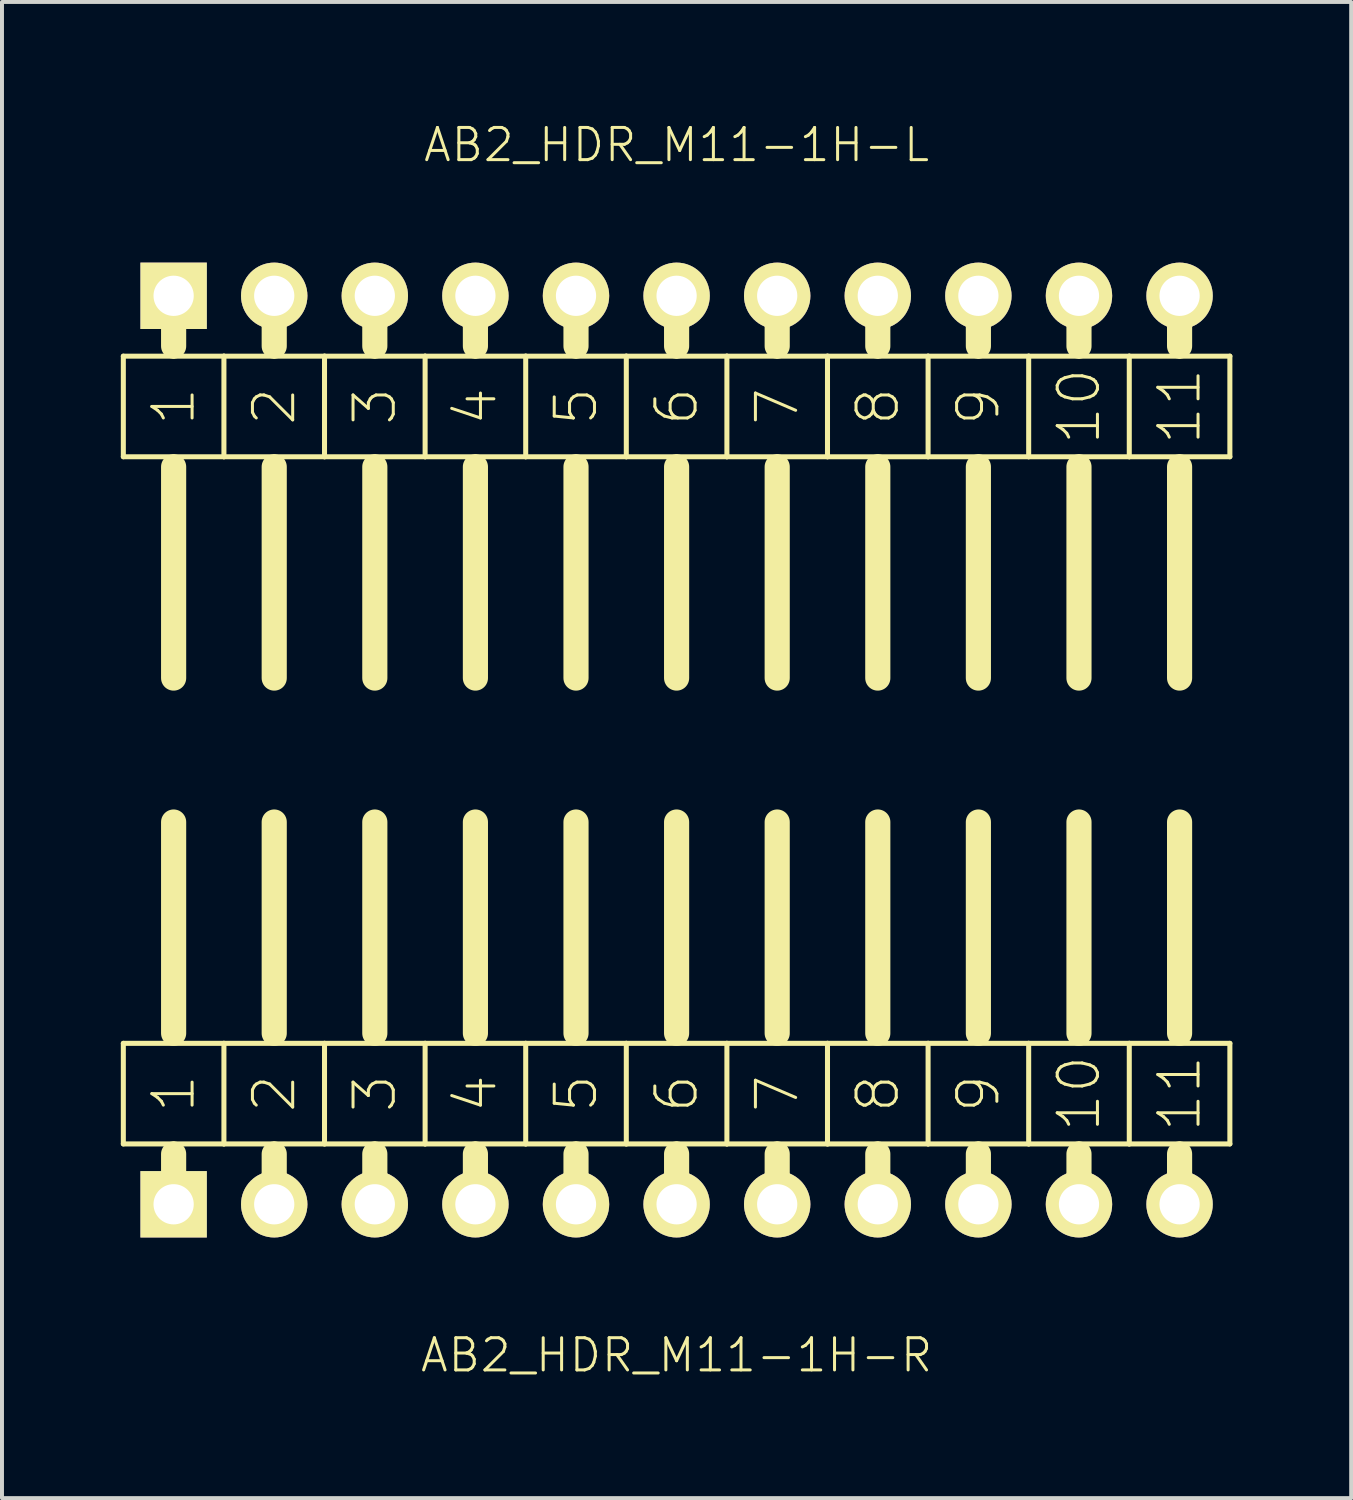
<source format=kicad_pcb>
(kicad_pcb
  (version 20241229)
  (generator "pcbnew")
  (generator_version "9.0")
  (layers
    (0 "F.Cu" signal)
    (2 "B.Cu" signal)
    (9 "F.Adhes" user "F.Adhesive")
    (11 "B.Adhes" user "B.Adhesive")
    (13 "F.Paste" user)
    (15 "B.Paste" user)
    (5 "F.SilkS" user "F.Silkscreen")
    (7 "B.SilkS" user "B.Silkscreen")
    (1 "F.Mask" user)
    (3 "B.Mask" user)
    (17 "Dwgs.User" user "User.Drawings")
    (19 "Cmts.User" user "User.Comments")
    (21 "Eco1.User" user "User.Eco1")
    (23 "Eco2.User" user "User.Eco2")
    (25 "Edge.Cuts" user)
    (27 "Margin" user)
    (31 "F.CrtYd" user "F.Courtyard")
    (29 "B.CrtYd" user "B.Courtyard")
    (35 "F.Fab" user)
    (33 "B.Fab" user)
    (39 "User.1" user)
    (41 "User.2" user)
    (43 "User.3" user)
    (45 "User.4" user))
  (footprint "AB2_HDR_M11-1H-R"
    (layer "F.Cu")
    (at 14.034 27.358)
    (property "Reference" "AB2_HDR_M11-1H-R" (at 0 3.81 0) (layer "F.SilkS") (effects (font (size 0.813 0.813) (thickness 0.076))))
    (attr through_hole)
    (fp_line (start -13.97 -4.064) (end -13.97 -1.524) (stroke (width 0.127) (type solid)) (layer "F.SilkS"))
    (fp_line (start -13.97 -1.524) (end -12.7 -1.524) (stroke (width 0.127) (type solid)) (layer "F.SilkS"))
    (fp_line (start -12.7 -4.318) (end -12.7 -9.652) (stroke (width 0.635) (type solid)) (layer "F.SilkS"))
    (fp_line (start -12.7 -1.524) (end -11.43 -1.524) (stroke (width 0.127) (type solid)) (layer "F.SilkS"))
    (fp_line (start -12.7 -1.27) (end -12.7 0) (stroke (width 0.635) (type solid)) (layer "F.SilkS"))
    (fp_line (start -11.43 -4.064) (end -13.97 -4.064) (stroke (width 0.127) (type solid)) (layer "F.SilkS"))
    (fp_line (start -11.43 -1.524) (end -11.43 -4.064) (stroke (width 0.127) (type solid)) (layer "F.SilkS"))
    (fp_line (start -11.43 -1.524) (end -10.16 -1.524) (stroke (width 0.127) (type solid)) (layer "F.SilkS"))
    (fp_line (start -10.16 -4.318) (end -10.16 -9.652) (stroke (width 0.635) (type solid)) (layer "F.SilkS"))
    (fp_line (start -10.16 -1.524) (end -8.89 -1.524) (stroke (width 0.127) (type solid)) (layer "F.SilkS"))
    (fp_line (start -10.16 -1.27) (end -10.16 0) (stroke (width 0.635) (type solid)) (layer "F.SilkS"))
    (fp_line (start -8.89 -4.064) (end -11.43 -4.064) (stroke (width 0.127) (type solid)) (layer "F.SilkS"))
    (fp_line (start -8.89 -1.524) (end -8.89 -4.064) (stroke (width 0.127) (type solid)) (layer "F.SilkS"))
    (fp_line (start -8.89 -1.524) (end -7.62 -1.524) (stroke (width 0.127) (type solid)) (layer "F.SilkS"))
    (fp_line (start -7.62 -4.318) (end -7.62 -9.652) (stroke (width 0.635) (type solid)) (layer "F.SilkS"))
    (fp_line (start -7.62 -1.524) (end -6.35 -1.524) (stroke (width 0.127) (type solid)) (layer "F.SilkS"))
    (fp_line (start -7.62 -1.27) (end -7.62 0) (stroke (width 0.635) (type solid)) (layer "F.SilkS"))
    (fp_line (start -6.35 -4.064) (end -8.89 -4.064) (stroke (width 0.127) (type solid)) (layer "F.SilkS"))
    (fp_line (start -6.35 -1.524) (end -6.35 -4.064) (stroke (width 0.127) (type solid)) (layer "F.SilkS"))
    (fp_line (start -6.35 -1.524) (end -5.08 -1.524) (stroke (width 0.127) (type solid)) (layer "F.SilkS"))
    (fp_line (start -5.08 -4.318) (end -5.08 -9.652) (stroke (width 0.635) (type solid)) (layer "F.SilkS"))
    (fp_line (start -5.08 -1.524) (end -3.81 -1.524) (stroke (width 0.127) (type solid)) (layer "F.SilkS"))
    (fp_line (start -5.08 -1.27) (end -5.08 0) (stroke (width 0.635) (type solid)) (layer "F.SilkS"))
    (fp_line (start -3.81 -4.064) (end -6.35 -4.064) (stroke (width 0.127) (type solid)) (layer "F.SilkS"))
    (fp_line (start -3.81 -1.524) (end -3.81 -4.064) (stroke (width 0.127) (type solid)) (layer "F.SilkS"))
    (fp_line (start -3.81 -1.524) (end -2.54 -1.524) (stroke (width 0.127) (type solid)) (layer "F.SilkS"))
    (fp_line (start -2.54 -4.318) (end -2.54 -9.652) (stroke (width 0.635) (type solid)) (layer "F.SilkS"))
    (fp_line (start -2.54 -1.524) (end -1.27 -1.524) (stroke (width 0.127) (type solid)) (layer "F.SilkS"))
    (fp_line (start -2.54 -1.27) (end -2.54 0) (stroke (width 0.635) (type solid)) (layer "F.SilkS"))
    (fp_line (start -1.27 -4.064) (end -3.81 -4.064) (stroke (width 0.127) (type solid)) (layer "F.SilkS"))
    (fp_line (start -1.27 -1.524) (end -1.27 -4.064) (stroke (width 0.127) (type solid)) (layer "F.SilkS"))
    (fp_line (start -1.27 -1.524) (end 0 -1.524) (stroke (width 0.127) (type solid)) (layer "F.SilkS"))
    (fp_line (start 0 -4.318) (end 0 -9.652) (stroke (width 0.635) (type solid)) (layer "F.SilkS"))
    (fp_line (start 0 -1.524) (end 1.27 -1.524) (stroke (width 0.127) (type solid)) (layer "F.SilkS"))
    (fp_line (start 0 -1.27) (end 0 0) (stroke (width 0.635) (type solid)) (layer "F.SilkS"))
    (fp_line (start 1.27 -4.064) (end -1.27 -4.064) (stroke (width 0.127) (type solid)) (layer "F.SilkS"))
    (fp_line (start 1.27 -1.524) (end 1.27 -4.064) (stroke (width 0.127) (type solid)) (layer "F.SilkS"))
    (fp_line (start 1.27 -1.524) (end 2.54 -1.524) (stroke (width 0.127) (type solid)) (layer "F.SilkS"))
    (fp_line (start 2.54 -4.318) (end 2.54 -9.652) (stroke (width 0.635) (type solid)) (layer "F.SilkS"))
    (fp_line (start 2.54 -1.524) (end 3.81 -1.524) (stroke (width 0.127) (type solid)) (layer "F.SilkS"))
    (fp_line (start 2.54 -1.27) (end 2.54 0) (stroke (width 0.635) (type solid)) (layer "F.SilkS"))
    (fp_line (start 3.81 -4.064) (end 1.27 -4.064) (stroke (width 0.127) (type solid)) (layer "F.SilkS"))
    (fp_line (start 3.81 -1.524) (end 3.81 -4.064) (stroke (width 0.127) (type solid)) (layer "F.SilkS"))
    (fp_line (start 3.81 -1.524) (end 5.08 -1.524) (stroke (width 0.127) (type solid)) (layer "F.SilkS"))
    (fp_line (start 5.08 -4.318) (end 5.08 -9.652) (stroke (width 0.635) (type solid)) (layer "F.SilkS"))
    (fp_line (start 5.08 -1.524) (end 6.35 -1.524) (stroke (width 0.127) (type solid)) (layer "F.SilkS"))
    (fp_line (start 5.08 -1.27) (end 5.08 0) (stroke (width 0.635) (type solid)) (layer "F.SilkS"))
    (fp_line (start 6.35 -4.064) (end 3.81 -4.064) (stroke (width 0.127) (type solid)) (layer "F.SilkS"))
    (fp_line (start 6.35 -1.524) (end 6.35 -4.064) (stroke (width 0.127) (type solid)) (layer "F.SilkS"))
    (fp_line (start 6.35 -1.524) (end 7.62 -1.524) (stroke (width 0.127) (type solid)) (layer "F.SilkS"))
    (fp_line (start 7.62 -4.318) (end 7.62 -9.652) (stroke (width 0.635) (type solid)) (layer "F.SilkS"))
    (fp_line (start 7.62 -1.524) (end 8.89 -1.524) (stroke (width 0.127) (type solid)) (layer "F.SilkS"))
    (fp_line (start 7.62 -1.27) (end 7.62 0) (stroke (width 0.635) (type solid)) (layer "F.SilkS"))
    (fp_line (start 8.89 -4.064) (end 6.35 -4.064) (stroke (width 0.127) (type solid)) (layer "F.SilkS"))
    (fp_line (start 8.89 -1.524) (end 8.89 -4.064) (stroke (width 0.127) (type solid)) (layer "F.SilkS"))
    (fp_line (start 8.89 -1.524) (end 10.16 -1.524) (stroke (width 0.127) (type solid)) (layer "F.SilkS"))
    (fp_line (start 10.16 -4.318) (end 10.16 -9.652) (stroke (width 0.635) (type solid)) (layer "F.SilkS"))
    (fp_line (start 10.16 -1.524) (end 11.43 -1.524) (stroke (width 0.127) (type solid)) (layer "F.SilkS"))
    (fp_line (start 10.16 -1.27) (end 10.16 0) (stroke (width 0.635) (type solid)) (layer "F.SilkS"))
    (fp_line (start 11.43 -4.064) (end 8.89 -4.064) (stroke (width 0.127) (type solid)) (layer "F.SilkS"))
    (fp_line (start 11.43 -1.524) (end 11.43 -4.064) (stroke (width 0.127) (type solid)) (layer "F.SilkS"))
    (fp_line (start 11.43 -1.524) (end 12.7 -1.524) (stroke (width 0.127) (type solid)) (layer "F.SilkS"))
    (fp_line (start 12.7 -4.318) (end 12.7 -9.652) (stroke (width 0.635) (type solid)) (layer "F.SilkS"))
    (fp_line (start 12.7 -1.524) (end 13.97 -1.524) (stroke (width 0.127) (type solid)) (layer "F.SilkS"))
    (fp_line (start 12.7 -1.27) (end 12.7 0) (stroke (width 0.635) (type solid)) (layer "F.SilkS"))
    (fp_line (start 13.97 -4.064) (end 11.43 -4.064) (stroke (width 0.127) (type solid)) (layer "F.SilkS"))
    (fp_line (start 13.97 -1.524) (end 13.97 -4.064) (stroke (width 0.127) (type solid)) (layer "F.SilkS"))
    (fp_text user "2" (at -10.16 -2.794 90) (layer "F.SilkS") (effects (font (size 1.016 1.016) (thickness 0.076))))
    (fp_text user "4" (at -5.08 -2.794 90) (layer "F.SilkS") (effects (font (size 1.016 1.016) (thickness 0.076))))
    (fp_text user "7" (at 2.54 -2.794 90) (layer "F.SilkS") (effects (font (size 1.016 1.016) (thickness 0.076))))
    (fp_text user "11" (at 12.7 -2.794 90) (layer "F.SilkS") (effects (font (size 1.016 1.016) (thickness 0.076))))
    (fp_text user "6" (at 0 -2.794 90) (layer "F.SilkS") (effects (font (size 1.016 1.016) (thickness 0.076))))
    (fp_text user "8" (at 5.08 -2.794 90) (layer "F.SilkS") (effects (font (size 1.016 1.016) (thickness 0.076))))
    (fp_text user "10" (at 10.16 -2.794 90) (layer "F.SilkS") (effects (font (size 1.016 1.016) (thickness 0.076))))
    (fp_text user "5" (at -2.54 -2.794 90) (layer "F.SilkS") (effects (font (size 1.016 1.016) (thickness 0.076))))
    (fp_text user "1" (at -12.7 -2.794 270) (layer "F.SilkS") (effects (font (size 1.016 1.016) (thickness 0.076))))
    (fp_text user "3" (at -7.62 -2.794 90) (layer "F.SilkS") (effects (font (size 1.016 1.016) (thickness 0.076))))
    (fp_text user "9" (at 7.62 -2.794 90) (layer "F.SilkS") (effects (font (size 1.016 1.016) (thickness 0.076))))
    (pad "1" thru_hole rect (at -12.7 0) (size 1.676 1.676) (drill 1.016) (layers "*.Cu" "*.Mask" "F.SilkS"))
    (pad "2" thru_hole circle (at -10.16 0) (size 1.676 1.676) (drill 1.016) (layers "*.Cu" "*.Mask" "F.SilkS"))
    (pad "3" thru_hole circle (at -7.62 0) (size 1.676 1.676) (drill 1.016) (layers "*.Cu" "*.Mask" "F.SilkS"))
    (pad "4" thru_hole circle (at -5.08 0) (size 1.676 1.676) (drill 1.016) (layers "*.Cu" "*.Mask" "F.SilkS"))
    (pad "5" thru_hole circle (at -2.54 0) (size 1.676 1.676) (drill 1.016) (layers "*.Cu" "*.Mask" "F.SilkS"))
    (pad "6" thru_hole circle (at 0 0) (size 1.676 1.676) (drill 1.016) (layers "*.Cu" "*.Mask" "F.SilkS"))
    (pad "7" thru_hole circle (at 2.54 0) (size 1.676 1.676) (drill 1.016) (layers "*.Cu" "*.Mask" "F.SilkS"))
    (pad "8" thru_hole circle (at 5.08 0) (size 1.676 1.676) (drill 1.016) (layers "*.Cu" "*.Mask" "F.SilkS"))
    (pad "9" thru_hole circle (at 7.62 0) (size 1.676 1.676) (drill 1.016) (layers "*.Cu" "*.Mask" "F.SilkS"))
    (pad "10" thru_hole circle (at 10.16 0) (size 1.676 1.676) (drill 1.016) (layers "*.Cu" "*.Mask" "F.SilkS"))
    (pad "11" thru_hole circle (at 12.7 0) (size 1.676 1.676) (drill 1.016) (layers "*.Cu" "*.Mask" "F.SilkS")))
  (footprint "AB2_HDR_M11-1H-L"
    (layer "F.Cu")
    (at 14.034 4.419)
    (property "Reference" "AB2_HDR_M11-1H-L" (at 0 -3.81 0) (layer "F.SilkS") (effects (font (size 0.813 0.813) (thickness 0.076))))
    (attr through_hole)
    (fp_line (start -13.97 1.524) (end -13.97 4.064) (stroke (width 0.127) (type solid)) (layer "F.SilkS"))
    (fp_line (start -13.97 4.064) (end -12.7 4.064) (stroke (width 0.127) (type solid)) (layer "F.SilkS"))
    (fp_line (start -12.7 0) (end -12.7 1.27) (stroke (width 0.635) (type solid)) (layer "F.SilkS"))
    (fp_line (start -12.7 1.524) (end -13.97 1.524) (stroke (width 0.127) (type solid)) (layer "F.SilkS"))
    (fp_line (start -12.7 4.064) (end -11.43 4.064) (stroke (width 0.127) (type solid)) (layer "F.SilkS"))
    (fp_line (start -12.7 4.318) (end -12.7 9.652) (stroke (width 0.635) (type solid)) (layer "F.SilkS"))
    (fp_line (start -11.43 1.524) (end -12.7 1.524) (stroke (width 0.127) (type solid)) (layer "F.SilkS"))
    (fp_line (start -11.43 4.064) (end -11.43 1.524) (stroke (width 0.127) (type solid)) (layer "F.SilkS"))
    (fp_line (start -11.43 4.064) (end -10.16 4.064) (stroke (width 0.127) (type solid)) (layer "F.SilkS"))
    (fp_line (start -10.16 0) (end -10.16 1.27) (stroke (width 0.635) (type solid)) (layer "F.SilkS"))
    (fp_line (start -10.16 1.524) (end -11.43 1.524) (stroke (width 0.127) (type solid)) (layer "F.SilkS"))
    (fp_line (start -10.16 4.064) (end -8.89 4.064) (stroke (width 0.127) (type solid)) (layer "F.SilkS"))
    (fp_line (start -10.16 4.318) (end -10.16 9.652) (stroke (width 0.635) (type solid)) (layer "F.SilkS"))
    (fp_line (start -8.89 1.524) (end -10.16 1.524) (stroke (width 0.127) (type solid)) (layer "F.SilkS"))
    (fp_line (start -8.89 4.064) (end -8.89 1.524) (stroke (width 0.127) (type solid)) (layer "F.SilkS"))
    (fp_line (start -8.89 4.064) (end -7.62 4.064) (stroke (width 0.127) (type solid)) (layer "F.SilkS"))
    (fp_line (start -7.62 0) (end -7.62 1.27) (stroke (width 0.635) (type solid)) (layer "F.SilkS"))
    (fp_line (start -7.62 1.524) (end -8.89 1.524) (stroke (width 0.127) (type solid)) (layer "F.SilkS"))
    (fp_line (start -7.62 4.064) (end -6.35 4.064) (stroke (width 0.127) (type solid)) (layer "F.SilkS"))
    (fp_line (start -7.62 4.318) (end -7.62 9.652) (stroke (width 0.635) (type solid)) (layer "F.SilkS"))
    (fp_line (start -6.35 1.524) (end -7.62 1.524) (stroke (width 0.127) (type solid)) (layer "F.SilkS"))
    (fp_line (start -6.35 4.064) (end -6.35 1.524) (stroke (width 0.127) (type solid)) (layer "F.SilkS"))
    (fp_line (start -6.35 4.064) (end -5.08 4.064) (stroke (width 0.127) (type solid)) (layer "F.SilkS"))
    (fp_line (start -5.08 0) (end -5.08 1.27) (stroke (width 0.635) (type solid)) (layer "F.SilkS"))
    (fp_line (start -5.08 1.524) (end -6.35 1.524) (stroke (width 0.127) (type solid)) (layer "F.SilkS"))
    (fp_line (start -5.08 4.064) (end -3.81 4.064) (stroke (width 0.127) (type solid)) (layer "F.SilkS"))
    (fp_line (start -5.08 4.318) (end -5.08 9.652) (stroke (width 0.635) (type solid)) (layer "F.SilkS"))
    (fp_line (start -3.81 1.524) (end -5.08 1.524) (stroke (width 0.127) (type solid)) (layer "F.SilkS"))
    (fp_line (start -3.81 4.064) (end -3.81 1.524) (stroke (width 0.127) (type solid)) (layer "F.SilkS"))
    (fp_line (start -3.81 4.064) (end -2.54 4.064) (stroke (width 0.127) (type solid)) (layer "F.SilkS"))
    (fp_line (start -2.54 0) (end -2.54 1.27) (stroke (width 0.635) (type solid)) (layer "F.SilkS"))
    (fp_line (start -2.54 1.524) (end -3.81 1.524) (stroke (width 0.127) (type solid)) (layer "F.SilkS"))
    (fp_line (start -2.54 4.064) (end -1.27 4.064) (stroke (width 0.127) (type solid)) (layer "F.SilkS"))
    (fp_line (start -2.54 4.318) (end -2.54 9.652) (stroke (width 0.635) (type solid)) (layer "F.SilkS"))
    (fp_line (start -1.27 1.524) (end -2.54 1.524) (stroke (width 0.127) (type solid)) (layer "F.SilkS"))
    (fp_line (start -1.27 4.064) (end -1.27 1.524) (stroke (width 0.127) (type solid)) (layer "F.SilkS"))
    (fp_line (start -1.27 4.064) (end 0 4.064) (stroke (width 0.127) (type solid)) (layer "F.SilkS"))
    (fp_line (start 0 0) (end 0 1.27) (stroke (width 0.635) (type solid)) (layer "F.SilkS"))
    (fp_line (start 0 1.524) (end -1.27 1.524) (stroke (width 0.127) (type solid)) (layer "F.SilkS"))
    (fp_line (start 0 4.064) (end 1.27 4.064) (stroke (width 0.127) (type solid)) (layer "F.SilkS"))
    (fp_line (start 0 4.318) (end 0 9.652) (stroke (width 0.635) (type solid)) (layer "F.SilkS"))
    (fp_line (start 1.27 1.524) (end 0 1.524) (stroke (width 0.127) (type solid)) (layer "F.SilkS"))
    (fp_line (start 1.27 4.064) (end 1.27 1.524) (stroke (width 0.127) (type solid)) (layer "F.SilkS"))
    (fp_line (start 1.27 4.064) (end 2.54 4.064) (stroke (width 0.127) (type solid)) (layer "F.SilkS"))
    (fp_line (start 2.54 0) (end 2.54 1.27) (stroke (width 0.635) (type solid)) (layer "F.SilkS"))
    (fp_line (start 2.54 1.524) (end 1.27 1.524) (stroke (width 0.127) (type solid)) (layer "F.SilkS"))
    (fp_line (start 2.54 4.064) (end 3.81 4.064) (stroke (width 0.127) (type solid)) (layer "F.SilkS"))
    (fp_line (start 2.54 4.318) (end 2.54 9.652) (stroke (width 0.635) (type solid)) (layer "F.SilkS"))
    (fp_line (start 3.81 1.524) (end 2.54 1.524) (stroke (width 0.127) (type solid)) (layer "F.SilkS"))
    (fp_line (start 3.81 4.064) (end 3.81 1.524) (stroke (width 0.127) (type solid)) (layer "F.SilkS"))
    (fp_line (start 3.81 4.064) (end 5.08 4.064) (stroke (width 0.127) (type solid)) (layer "F.SilkS"))
    (fp_line (start 5.08 0) (end 5.08 1.27) (stroke (width 0.635) (type solid)) (layer "F.SilkS"))
    (fp_line (start 5.08 1.524) (end 3.81 1.524) (stroke (width 0.127) (type solid)) (layer "F.SilkS"))
    (fp_line (start 5.08 4.064) (end 6.35 4.064) (stroke (width 0.127) (type solid)) (layer "F.SilkS"))
    (fp_line (start 5.08 4.318) (end 5.08 9.652) (stroke (width 0.635) (type solid)) (layer "F.SilkS"))
    (fp_line (start 6.35 1.524) (end 5.08 1.524) (stroke (width 0.127) (type solid)) (layer "F.SilkS"))
    (fp_line (start 6.35 4.064) (end 6.35 1.524) (stroke (width 0.127) (type solid)) (layer "F.SilkS"))
    (fp_line (start 6.35 4.064) (end 7.62 4.064) (stroke (width 0.127) (type solid)) (layer "F.SilkS"))
    (fp_line (start 7.62 0) (end 7.62 1.27) (stroke (width 0.635) (type solid)) (layer "F.SilkS"))
    (fp_line (start 7.62 1.524) (end 6.35 1.524) (stroke (width 0.127) (type solid)) (layer "F.SilkS"))
    (fp_line (start 7.62 4.064) (end 8.89 4.064) (stroke (width 0.127) (type solid)) (layer "F.SilkS"))
    (fp_line (start 7.62 4.318) (end 7.62 9.652) (stroke (width 0.635) (type solid)) (layer "F.SilkS"))
    (fp_line (start 8.89 1.524) (end 7.62 1.524) (stroke (width 0.127) (type solid)) (layer "F.SilkS"))
    (fp_line (start 8.89 4.064) (end 8.89 1.524) (stroke (width 0.127) (type solid)) (layer "F.SilkS"))
    (fp_line (start 8.89 4.064) (end 10.16 4.064) (stroke (width 0.127) (type solid)) (layer "F.SilkS"))
    (fp_line (start 10.16 0) (end 10.16 1.27) (stroke (width 0.635) (type solid)) (layer "F.SilkS"))
    (fp_line (start 10.16 1.524) (end 8.89 1.524) (stroke (width 0.127) (type solid)) (layer "F.SilkS"))
    (fp_line (start 10.16 4.064) (end 11.43 4.064) (stroke (width 0.127) (type solid)) (layer "F.SilkS"))
    (fp_line (start 10.16 4.318) (end 10.16 9.652) (stroke (width 0.635) (type solid)) (layer "F.SilkS"))
    (fp_line (start 11.43 1.524) (end 10.16 1.524) (stroke (width 0.127) (type solid)) (layer "F.SilkS"))
    (fp_line (start 11.43 4.064) (end 11.43 1.524) (stroke (width 0.127) (type solid)) (layer "F.SilkS"))
    (fp_line (start 11.43 4.064) (end 12.7 4.064) (stroke (width 0.127) (type solid)) (layer "F.SilkS"))
    (fp_line (start 12.7 0) (end 12.7 1.27) (stroke (width 0.635) (type solid)) (layer "F.SilkS"))
    (fp_line (start 12.7 1.524) (end 11.43 1.524) (stroke (width 0.127) (type solid)) (layer "F.SilkS"))
    (fp_line (start 12.7 4.064) (end 13.97 4.064) (stroke (width 0.127) (type solid)) (layer "F.SilkS"))
    (fp_line (start 12.7 4.318) (end 12.7 9.652) (stroke (width 0.635) (type solid)) (layer "F.SilkS"))
    (fp_line (start 13.97 1.524) (end 12.7 1.524) (stroke (width 0.127) (type solid)) (layer "F.SilkS"))
    (fp_line (start 13.97 4.064) (end 13.97 1.524) (stroke (width 0.127) (type solid)) (layer "F.SilkS"))
    (fp_text user "8" (at 5.08 2.794 90) (layer "F.SilkS") (effects (font (size 1.016 1.016) (thickness 0.076))))
    (fp_text user "3" (at -7.62 2.794 90) (layer "F.SilkS") (effects (font (size 1.016 1.016) (thickness 0.076))))
    (fp_text user "11" (at 12.7 2.794 90) (layer "F.SilkS") (effects (font (size 1.016 1.016) (thickness 0.076))))
    (fp_text user "9" (at 7.62 2.794 90) (layer "F.SilkS") (effects (font (size 1.016 1.016) (thickness 0.076))))
    (fp_text user "10" (at 10.16 2.794 90) (layer "F.SilkS") (effects (font (size 1.016 1.016) (thickness 0.076))))
    (fp_text user "4" (at -5.08 2.794 90) (layer "F.SilkS") (effects (font (size 1.016 1.016) (thickness 0.076))))
    (fp_text user "6" (at 0 2.794 90) (layer "F.SilkS") (effects (font (size 1.016 1.016) (thickness 0.076))))
    (fp_text user "2" (at -10.16 2.794 90) (layer "F.SilkS") (effects (font (size 1.016 1.016) (thickness 0.076))))
    (fp_text user "7" (at 2.54 2.794 90) (layer "F.SilkS") (effects (font (size 1.016 1.016) (thickness 0.076))))
    (fp_text user "1" (at -12.7 2.794 90) (layer "F.SilkS") (effects (font (size 1.016 1.016) (thickness 0.076))))
    (fp_text user "5" (at -2.54 2.794 90) (layer "F.SilkS") (effects (font (size 1.016 1.016) (thickness 0.076))))
    (pad "1" thru_hole rect (at -12.7 0) (size 1.676 1.676) (drill 1.016) (layers "*.Cu" "*.Mask" "F.SilkS"))
    (pad "2" thru_hole circle (at -10.16 0) (size 1.676 1.676) (drill 1.016) (layers "*.Cu" "*.Mask" "F.SilkS"))
    (pad "3" thru_hole circle (at -7.62 0) (size 1.676 1.676) (drill 1.016) (layers "*.Cu" "*.Mask" "F.SilkS"))
    (pad "4" thru_hole circle (at -5.08 0) (size 1.676 1.676) (drill 1.016) (layers "*.Cu" "*.Mask" "F.SilkS"))
    (pad "5" thru_hole circle (at -2.54 0) (size 1.676 1.676) (drill 1.016) (layers "*.Cu" "*.Mask" "F.SilkS"))
    (pad "6" thru_hole circle (at 0 0) (size 1.676 1.676) (drill 1.016) (layers "*.Cu" "*.Mask" "F.SilkS"))
    (pad "7" thru_hole circle (at 2.54 0) (size 1.676 1.676) (drill 1.016) (layers "*.Cu" "*.Mask" "F.SilkS"))
    (pad "8" thru_hole circle (at 5.08 0) (size 1.676 1.676) (drill 1.016) (layers "*.Cu" "*.Mask" "F.SilkS"))
    (pad "9" thru_hole circle (at 7.62 0) (size 1.676 1.676) (drill 1.016) (layers "*.Cu" "*.Mask" "F.SilkS"))
    (pad "10" thru_hole circle (at 10.16 0) (size 1.676 1.676) (drill 1.016) (layers "*.Cu" "*.Mask" "F.SilkS"))
    (pad "11" thru_hole circle (at 12.7 0) (size 1.676 1.676) (drill 1.016) (layers "*.Cu" "*.Mask" "F.SilkS")))
  (gr_rect
    (start -3 -3)
    (end 31.067 34.777)
    (stroke (width 0.1) (type default))
    (fill no)
    (layer "Edge.Cuts")))
</source>
